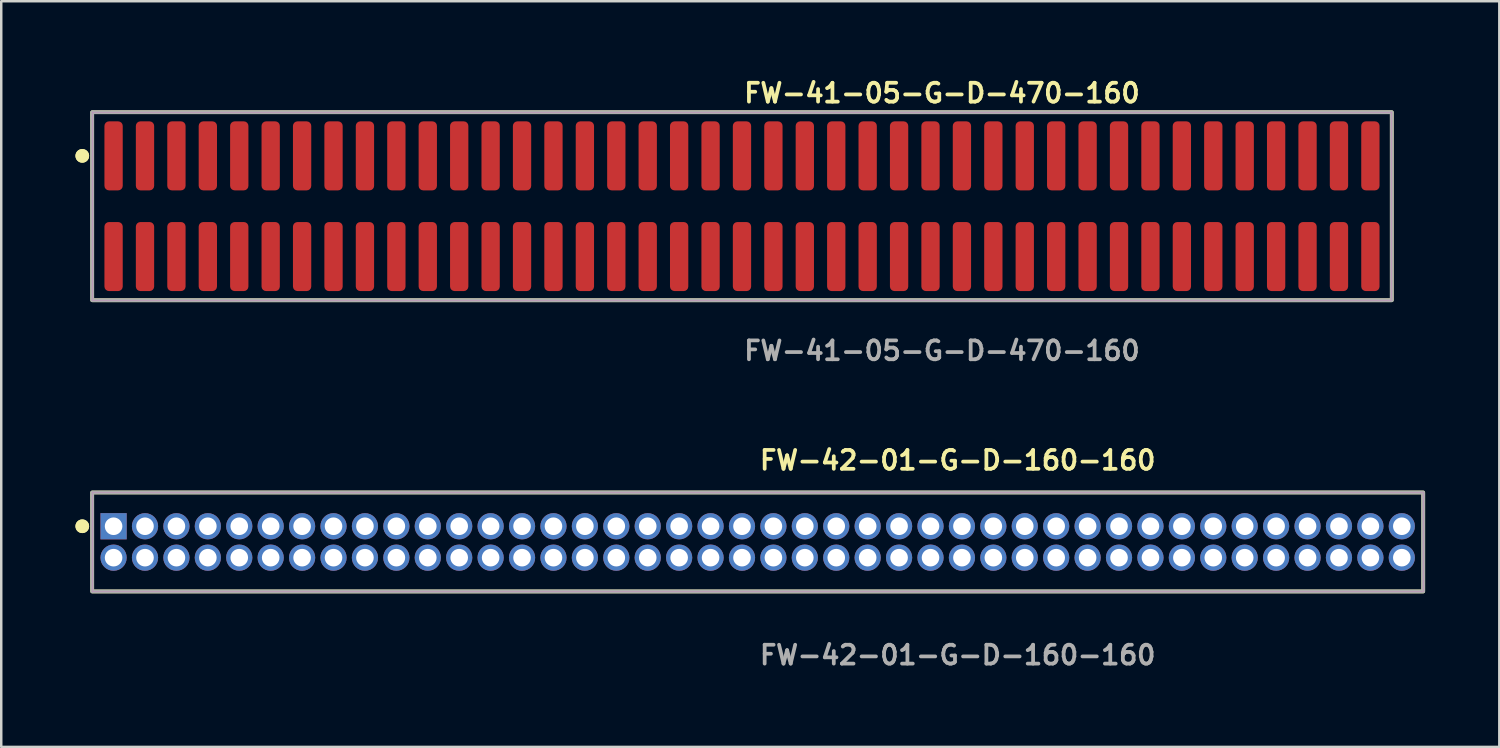
<source format=kicad_pcb>
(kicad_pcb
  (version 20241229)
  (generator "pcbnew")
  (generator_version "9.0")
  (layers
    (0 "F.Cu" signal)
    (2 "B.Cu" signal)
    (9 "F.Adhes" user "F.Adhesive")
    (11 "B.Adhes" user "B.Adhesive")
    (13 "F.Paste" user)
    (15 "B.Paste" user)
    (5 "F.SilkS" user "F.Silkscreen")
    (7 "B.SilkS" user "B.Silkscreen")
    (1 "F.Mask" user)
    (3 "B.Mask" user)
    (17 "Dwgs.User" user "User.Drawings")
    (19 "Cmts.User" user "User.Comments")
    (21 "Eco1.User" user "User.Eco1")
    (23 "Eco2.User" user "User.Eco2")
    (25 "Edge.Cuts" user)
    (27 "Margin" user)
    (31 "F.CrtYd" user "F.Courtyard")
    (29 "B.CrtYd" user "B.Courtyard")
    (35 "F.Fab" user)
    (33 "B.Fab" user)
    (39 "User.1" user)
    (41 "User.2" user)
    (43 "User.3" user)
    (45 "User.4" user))
  (footprint "FW-42-01-G-D-160-160"
    (layer "F.Cu")
    (at 27.576 18.856)
    (property "Reference" "FW-42-01-G-D-160-160" (at 0 -3.302 0) (unlocked yes) (layer "F.SilkS") (effects (font (size 0.762 0.762) (thickness 0.152)) (justify left)))
    (fp_rect (start -26.9 2) (end 26.9 -2) (stroke (width 0.152) (type solid)) (fill no) (layer "F.SilkS"))
    (fp_circle (center -27.3 -0.635) (end -27.5 -0.635) (stroke (width 0.152) (type solid)) (fill yes) (layer "F.SilkS"))
    (fp_circle (center -27.3 -0.635) (end -27.5 -0.635) (stroke (width 0.152) (type solid)) (fill yes) (layer "F.SilkS"))
    (fp_rect (start -26.9 2) (end 26.9 -2) (stroke (width 0.006) (type solid)) (fill no) (layer "F.CrtYd"))
    (fp_rect (start -26.9 2) (end 26.9 -2) (stroke (width 0.152) (type solid)) (fill no) (layer "F.Fab"))
    (fp_text user "${REFERENCE}" (at 0 4.572 0) (unlocked yes) (layer "F.Fab") (effects (font (size 0.762 0.762) (thickness 0.152)) (justify left)))
    (pad "1" thru_hole rect (at -26.035 -0.635) (size 1.06 1.06) (drill 0.71) (layers "*.Cu" "*.Mask"))
    (pad "2" thru_hole circle (at -26.035 0.635) (size 1.06 1.06) (drill 0.71) (layers "*.Cu" "*.Mask"))
    (pad "3" thru_hole circle (at -24.765 -0.635) (size 1.06 1.06) (drill 0.71) (layers "*.Cu" "*.Mask"))
    (pad "4" thru_hole circle (at -24.765 0.635) (size 1.06 1.06) (drill 0.71) (layers "*.Cu" "*.Mask"))
    (pad "5" thru_hole circle (at -23.495 -0.635) (size 1.06 1.06) (drill 0.71) (layers "*.Cu" "*.Mask"))
    (pad "6" thru_hole circle (at -23.495 0.635) (size 1.06 1.06) (drill 0.71) (layers "*.Cu" "*.Mask"))
    (pad "7" thru_hole circle (at -22.225 -0.635) (size 1.06 1.06) (drill 0.71) (layers "*.Cu" "*.Mask"))
    (pad "8" thru_hole circle (at -22.225 0.635) (size 1.06 1.06) (drill 0.71) (layers "*.Cu" "*.Mask"))
    (pad "9" thru_hole circle (at -20.955 -0.635) (size 1.06 1.06) (drill 0.71) (layers "*.Cu" "*.Mask"))
    (pad "10" thru_hole circle (at -20.955 0.635) (size 1.06 1.06) (drill 0.71) (layers "*.Cu" "*.Mask"))
    (pad "11" thru_hole circle (at -19.685 -0.635) (size 1.06 1.06) (drill 0.71) (layers "*.Cu" "*.Mask"))
    (pad "12" thru_hole circle (at -19.685 0.635) (size 1.06 1.06) (drill 0.71) (layers "*.Cu" "*.Mask"))
    (pad "13" thru_hole circle (at -18.415 -0.635) (size 1.06 1.06) (drill 0.71) (layers "*.Cu" "*.Mask"))
    (pad "14" thru_hole circle (at -18.415 0.635) (size 1.06 1.06) (drill 0.71) (layers "*.Cu" "*.Mask"))
    (pad "15" thru_hole circle (at -17.145 -0.635) (size 1.06 1.06) (drill 0.71) (layers "*.Cu" "*.Mask"))
    (pad "16" thru_hole circle (at -17.145 0.635) (size 1.06 1.06) (drill 0.71) (layers "*.Cu" "*.Mask"))
    (pad "17" thru_hole circle (at -15.875 -0.635) (size 1.06 1.06) (drill 0.71) (layers "*.Cu" "*.Mask"))
    (pad "18" thru_hole circle (at -15.875 0.635) (size 1.06 1.06) (drill 0.71) (layers "*.Cu" "*.Mask"))
    (pad "19" thru_hole circle (at -14.605 -0.635) (size 1.06 1.06) (drill 0.71) (layers "*.Cu" "*.Mask"))
    (pad "20" thru_hole circle (at -14.605 0.635) (size 1.06 1.06) (drill 0.71) (layers "*.Cu" "*.Mask"))
    (pad "21" thru_hole circle (at -13.335 -0.635) (size 1.06 1.06) (drill 0.71) (layers "*.Cu" "*.Mask"))
    (pad "22" thru_hole circle (at -13.335 0.635) (size 1.06 1.06) (drill 0.71) (layers "*.Cu" "*.Mask"))
    (pad "23" thru_hole circle (at -12.065 -0.635) (size 1.06 1.06) (drill 0.71) (layers "*.Cu" "*.Mask"))
    (pad "24" thru_hole circle (at -12.065 0.635) (size 1.06 1.06) (drill 0.71) (layers "*.Cu" "*.Mask"))
    (pad "25" thru_hole circle (at -10.795 -0.635) (size 1.06 1.06) (drill 0.71) (layers "*.Cu" "*.Mask"))
    (pad "26" thru_hole circle (at -10.795 0.635) (size 1.06 1.06) (drill 0.71) (layers "*.Cu" "*.Mask"))
    (pad "27" thru_hole circle (at -9.525 -0.635) (size 1.06 1.06) (drill 0.71) (layers "*.Cu" "*.Mask"))
    (pad "28" thru_hole circle (at -9.525 0.635) (size 1.06 1.06) (drill 0.71) (layers "*.Cu" "*.Mask"))
    (pad "29" thru_hole circle (at -8.255 -0.635) (size 1.06 1.06) (drill 0.71) (layers "*.Cu" "*.Mask"))
    (pad "30" thru_hole circle (at -8.255 0.635) (size 1.06 1.06) (drill 0.71) (layers "*.Cu" "*.Mask"))
    (pad "31" thru_hole circle (at -6.985 -0.635) (size 1.06 1.06) (drill 0.71) (layers "*.Cu" "*.Mask"))
    (pad "32" thru_hole circle (at -6.985 0.635) (size 1.06 1.06) (drill 0.71) (layers "*.Cu" "*.Mask"))
    (pad "33" thru_hole circle (at -5.715 -0.635) (size 1.06 1.06) (drill 0.71) (layers "*.Cu" "*.Mask"))
    (pad "34" thru_hole circle (at -5.715 0.635) (size 1.06 1.06) (drill 0.71) (layers "*.Cu" "*.Mask"))
    (pad "35" thru_hole circle (at -4.445 -0.635) (size 1.06 1.06) (drill 0.71) (layers "*.Cu" "*.Mask"))
    (pad "36" thru_hole circle (at -4.445 0.635) (size 1.06 1.06) (drill 0.71) (layers "*.Cu" "*.Mask"))
    (pad "37" thru_hole circle (at -3.175 -0.635) (size 1.06 1.06) (drill 0.71) (layers "*.Cu" "*.Mask"))
    (pad "38" thru_hole circle (at -3.175 0.635) (size 1.06 1.06) (drill 0.71) (layers "*.Cu" "*.Mask"))
    (pad "39" thru_hole circle (at -1.905 -0.635) (size 1.06 1.06) (drill 0.71) (layers "*.Cu" "*.Mask"))
    (pad "40" thru_hole circle (at -1.905 0.635) (size 1.06 1.06) (drill 0.71) (layers "*.Cu" "*.Mask"))
    (pad "41" thru_hole circle (at -0.635 -0.635) (size 1.06 1.06) (drill 0.71) (layers "*.Cu" "*.Mask"))
    (pad "42" thru_hole circle (at -0.635 0.635) (size 1.06 1.06) (drill 0.71) (layers "*.Cu" "*.Mask"))
    (pad "43" thru_hole circle (at 0.635 -0.635) (size 1.06 1.06) (drill 0.71) (layers "*.Cu" "*.Mask"))
    (pad "44" thru_hole circle (at 0.635 0.635) (size 1.06 1.06) (drill 0.71) (layers "*.Cu" "*.Mask"))
    (pad "45" thru_hole circle (at 1.905 -0.635) (size 1.06 1.06) (drill 0.71) (layers "*.Cu" "*.Mask"))
    (pad "46" thru_hole circle (at 1.905 0.635) (size 1.06 1.06) (drill 0.71) (layers "*.Cu" "*.Mask"))
    (pad "47" thru_hole circle (at 3.175 -0.635) (size 1.06 1.06) (drill 0.71) (layers "*.Cu" "*.Mask"))
    (pad "48" thru_hole circle (at 3.175 0.635) (size 1.06 1.06) (drill 0.71) (layers "*.Cu" "*.Mask"))
    (pad "49" thru_hole circle (at 4.445 -0.635) (size 1.06 1.06) (drill 0.71) (layers "*.Cu" "*.Mask"))
    (pad "50" thru_hole circle (at 4.445 0.635) (size 1.06 1.06) (drill 0.71) (layers "*.Cu" "*.Mask"))
    (pad "51" thru_hole circle (at 5.715 -0.635) (size 1.06 1.06) (drill 0.71) (layers "*.Cu" "*.Mask"))
    (pad "52" thru_hole circle (at 5.715 0.635) (size 1.06 1.06) (drill 0.71) (layers "*.Cu" "*.Mask"))
    (pad "53" thru_hole circle (at 6.985 -0.635) (size 1.06 1.06) (drill 0.71) (layers "*.Cu" "*.Mask"))
    (pad "54" thru_hole circle (at 6.985 0.635) (size 1.06 1.06) (drill 0.71) (layers "*.Cu" "*.Mask"))
    (pad "55" thru_hole circle (at 8.255 -0.635) (size 1.06 1.06) (drill 0.71) (layers "*.Cu" "*.Mask"))
    (pad "56" thru_hole circle (at 8.255 0.635) (size 1.06 1.06) (drill 0.71) (layers "*.Cu" "*.Mask"))
    (pad "57" thru_hole circle (at 9.525 -0.635) (size 1.06 1.06) (drill 0.71) (layers "*.Cu" "*.Mask"))
    (pad "58" thru_hole circle (at 9.525 0.635) (size 1.06 1.06) (drill 0.71) (layers "*.Cu" "*.Mask"))
    (pad "59" thru_hole circle (at 10.795 -0.635) (size 1.06 1.06) (drill 0.71) (layers "*.Cu" "*.Mask"))
    (pad "60" thru_hole circle (at 10.795 0.635) (size 1.06 1.06) (drill 0.71) (layers "*.Cu" "*.Mask"))
    (pad "61" thru_hole circle (at 12.065 -0.635) (size 1.06 1.06) (drill 0.71) (layers "*.Cu" "*.Mask"))
    (pad "62" thru_hole circle (at 12.065 0.635) (size 1.06 1.06) (drill 0.71) (layers "*.Cu" "*.Mask"))
    (pad "63" thru_hole circle (at 13.335 -0.635) (size 1.06 1.06) (drill 0.71) (layers "*.Cu" "*.Mask"))
    (pad "64" thru_hole circle (at 13.335 0.635) (size 1.06 1.06) (drill 0.71) (layers "*.Cu" "*.Mask"))
    (pad "65" thru_hole circle (at 14.605 -0.635) (size 1.06 1.06) (drill 0.71) (layers "*.Cu" "*.Mask"))
    (pad "66" thru_hole circle (at 14.605 0.635) (size 1.06 1.06) (drill 0.71) (layers "*.Cu" "*.Mask"))
    (pad "67" thru_hole circle (at 15.875 -0.635) (size 1.06 1.06) (drill 0.71) (layers "*.Cu" "*.Mask"))
    (pad "68" thru_hole circle (at 15.875 0.635) (size 1.06 1.06) (drill 0.71) (layers "*.Cu" "*.Mask"))
    (pad "69" thru_hole circle (at 17.145 -0.635) (size 1.06 1.06) (drill 0.71) (layers "*.Cu" "*.Mask"))
    (pad "70" thru_hole circle (at 17.145 0.635) (size 1.06 1.06) (drill 0.71) (layers "*.Cu" "*.Mask"))
    (pad "71" thru_hole circle (at 18.415 -0.635) (size 1.06 1.06) (drill 0.71) (layers "*.Cu" "*.Mask"))
    (pad "72" thru_hole circle (at 18.415 0.635) (size 1.06 1.06) (drill 0.71) (layers "*.Cu" "*.Mask"))
    (pad "73" thru_hole circle (at 19.685 -0.635) (size 1.06 1.06) (drill 0.71) (layers "*.Cu" "*.Mask"))
    (pad "74" thru_hole circle (at 19.685 0.635) (size 1.06 1.06) (drill 0.71) (layers "*.Cu" "*.Mask"))
    (pad "75" thru_hole circle (at 20.955 -0.635) (size 1.06 1.06) (drill 0.71) (layers "*.Cu" "*.Mask"))
    (pad "76" thru_hole circle (at 20.955 0.635) (size 1.06 1.06) (drill 0.71) (layers "*.Cu" "*.Mask"))
    (pad "77" thru_hole circle (at 22.225 -0.635) (size 1.06 1.06) (drill 0.71) (layers "*.Cu" "*.Mask"))
    (pad "78" thru_hole circle (at 22.225 0.635) (size 1.06 1.06) (drill 0.71) (layers "*.Cu" "*.Mask"))
    (pad "79" thru_hole circle (at 23.495 -0.635) (size 1.06 1.06) (drill 0.71) (layers "*.Cu" "*.Mask"))
    (pad "80" thru_hole circle (at 23.495 0.635) (size 1.06 1.06) (drill 0.71) (layers "*.Cu" "*.Mask"))
    (pad "81" thru_hole circle (at 24.765 -0.635) (size 1.06 1.06) (drill 0.71) (layers "*.Cu" "*.Mask"))
    (pad "82" thru_hole circle (at 24.765 0.635) (size 1.06 1.06) (drill 0.71) (layers "*.Cu" "*.Mask"))
    (pad "83" thru_hole circle (at 26.035 -0.635) (size 1.06 1.06) (drill 0.71) (layers "*.Cu" "*.Mask"))
    (pad "84" thru_hole circle (at 26.035 0.635) (size 1.06 1.06) (drill 0.71) (layers "*.Cu" "*.Mask")))
  (footprint "FW-41-05-G-D-470-160"
    (layer "F.Cu")
    (at 26.941 5.285)
    (property "Reference" "FW-41-05-G-D-470-160" (at 0 -4.572 0) (unlocked yes) (layer "F.SilkS") (effects (font (size 0.762 0.762) (thickness 0.152)) (justify left)))
    (fp_rect (start -26.265 3.8) (end 26.265 -3.8) (stroke (width 0.152) (type solid)) (fill no) (layer "F.SilkS"))
    (fp_circle (center -26.665 -2.035) (end -26.865 -2.035) (stroke (width 0.152) (type solid)) (fill yes) (layer "F.SilkS"))
    (fp_circle (center -26.665 -2.035) (end -26.865 -2.035) (stroke (width 0.152) (type solid)) (fill yes) (layer "F.SilkS"))
    (fp_rect (start -26.265 3.8) (end 26.265 -3.8) (stroke (width 0.006) (type solid)) (fill no) (layer "F.CrtYd"))
    (fp_rect (start -26.265 3.8) (end 26.265 -3.8) (stroke (width 0.152) (type solid)) (fill no) (layer "F.Fab"))
    (fp_text user "${REFERENCE}" (at 0 5.842 0) (unlocked yes) (layer "F.Fab") (effects (font (size 0.762 0.762) (thickness 0.152)) (justify left)))
    (pad "1" smd roundrect (at -25.4 -2.035) (size 0.74 2.79) (layers "F.Cu" "F.Paste") (roundrect_rratio 0.25))
    (pad "2" smd roundrect (at -25.4 2.035) (size 0.74 2.79) (layers "F.Cu" "F.Paste") (roundrect_rratio 0.25))
    (pad "3" smd roundrect (at -24.13 -2.035) (size 0.74 2.79) (layers "F.Cu" "F.Paste") (roundrect_rratio 0.25))
    (pad "4" smd roundrect (at -24.13 2.035) (size 0.74 2.79) (layers "F.Cu" "F.Paste") (roundrect_rratio 0.25))
    (pad "5" smd roundrect (at -22.86 -2.035) (size 0.74 2.79) (layers "F.Cu" "F.Paste") (roundrect_rratio 0.25))
    (pad "6" smd roundrect (at -22.86 2.035) (size 0.74 2.79) (layers "F.Cu" "F.Paste") (roundrect_rratio 0.25))
    (pad "7" smd roundrect (at -21.59 -2.035) (size 0.74 2.79) (layers "F.Cu" "F.Paste") (roundrect_rratio 0.25))
    (pad "8" smd roundrect (at -21.59 2.035) (size 0.74 2.79) (layers "F.Cu" "F.Paste") (roundrect_rratio 0.25))
    (pad "9" smd roundrect (at -20.32 -2.035) (size 0.74 2.79) (layers "F.Cu" "F.Paste") (roundrect_rratio 0.25))
    (pad "10" smd roundrect (at -20.32 2.035) (size 0.74 2.79) (layers "F.Cu" "F.Paste") (roundrect_rratio 0.25))
    (pad "11" smd roundrect (at -19.05 -2.035) (size 0.74 2.79) (layers "F.Cu" "F.Paste") (roundrect_rratio 0.25))
    (pad "12" smd roundrect (at -19.05 2.035) (size 0.74 2.79) (layers "F.Cu" "F.Paste") (roundrect_rratio 0.25))
    (pad "13" smd roundrect (at -17.78 -2.035) (size 0.74 2.79) (layers "F.Cu" "F.Paste") (roundrect_rratio 0.25))
    (pad "14" smd roundrect (at -17.78 2.035) (size 0.74 2.79) (layers "F.Cu" "F.Paste") (roundrect_rratio 0.25))
    (pad "15" smd roundrect (at -16.51 -2.035) (size 0.74 2.79) (layers "F.Cu" "F.Paste") (roundrect_rratio 0.25))
    (pad "16" smd roundrect (at -16.51 2.035) (size 0.74 2.79) (layers "F.Cu" "F.Paste") (roundrect_rratio 0.25))
    (pad "17" smd roundrect (at -15.24 -2.035) (size 0.74 2.79) (layers "F.Cu" "F.Paste") (roundrect_rratio 0.25))
    (pad "18" smd roundrect (at -15.24 2.035) (size 0.74 2.79) (layers "F.Cu" "F.Paste") (roundrect_rratio 0.25))
    (pad "19" smd roundrect (at -13.97 -2.035) (size 0.74 2.79) (layers "F.Cu" "F.Paste") (roundrect_rratio 0.25))
    (pad "20" smd roundrect (at -13.97 2.035) (size 0.74 2.79) (layers "F.Cu" "F.Paste") (roundrect_rratio 0.25))
    (pad "21" smd roundrect (at -12.7 -2.035) (size 0.74 2.79) (layers "F.Cu" "F.Paste") (roundrect_rratio 0.25))
    (pad "22" smd roundrect (at -12.7 2.035) (size 0.74 2.79) (layers "F.Cu" "F.Paste") (roundrect_rratio 0.25))
    (pad "23" smd roundrect (at -11.43 -2.035) (size 0.74 2.79) (layers "F.Cu" "F.Paste") (roundrect_rratio 0.25))
    (pad "24" smd roundrect (at -11.43 2.035) (size 0.74 2.79) (layers "F.Cu" "F.Paste") (roundrect_rratio 0.25))
    (pad "25" smd roundrect (at -10.16 -2.035) (size 0.74 2.79) (layers "F.Cu" "F.Paste") (roundrect_rratio 0.25))
    (pad "26" smd roundrect (at -10.16 2.035) (size 0.74 2.79) (layers "F.Cu" "F.Paste") (roundrect_rratio 0.25))
    (pad "27" smd roundrect (at -8.89 -2.035) (size 0.74 2.79) (layers "F.Cu" "F.Paste") (roundrect_rratio 0.25))
    (pad "28" smd roundrect (at -8.89 2.035) (size 0.74 2.79) (layers "F.Cu" "F.Paste") (roundrect_rratio 0.25))
    (pad "29" smd roundrect (at -7.62 -2.035) (size 0.74 2.79) (layers "F.Cu" "F.Paste") (roundrect_rratio 0.25))
    (pad "30" smd roundrect (at -7.62 2.035) (size 0.74 2.79) (layers "F.Cu" "F.Paste") (roundrect_rratio 0.25))
    (pad "31" smd roundrect (at -6.35 -2.035) (size 0.74 2.79) (layers "F.Cu" "F.Paste") (roundrect_rratio 0.25))
    (pad "32" smd roundrect (at -6.35 2.035) (size 0.74 2.79) (layers "F.Cu" "F.Paste") (roundrect_rratio 0.25))
    (pad "33" smd roundrect (at -5.08 -2.035) (size 0.74 2.79) (layers "F.Cu" "F.Paste") (roundrect_rratio 0.25))
    (pad "34" smd roundrect (at -5.08 2.035) (size 0.74 2.79) (layers "F.Cu" "F.Paste") (roundrect_rratio 0.25))
    (pad "35" smd roundrect (at -3.81 -2.035) (size 0.74 2.79) (layers "F.Cu" "F.Paste") (roundrect_rratio 0.25))
    (pad "36" smd roundrect (at -3.81 2.035) (size 0.74 2.79) (layers "F.Cu" "F.Paste") (roundrect_rratio 0.25))
    (pad "37" smd roundrect (at -2.54 -2.035) (size 0.74 2.79) (layers "F.Cu" "F.Paste") (roundrect_rratio 0.25))
    (pad "38" smd roundrect (at -2.54 2.035) (size 0.74 2.79) (layers "F.Cu" "F.Paste") (roundrect_rratio 0.25))
    (pad "39" smd roundrect (at -1.27 -2.035) (size 0.74 2.79) (layers "F.Cu" "F.Paste") (roundrect_rratio 0.25))
    (pad "40" smd roundrect (at -1.27 2.035) (size 0.74 2.79) (layers "F.Cu" "F.Paste") (roundrect_rratio 0.25))
    (pad "41" smd roundrect (at 0 -2.035) (size 0.74 2.79) (layers "F.Cu" "F.Paste") (roundrect_rratio 0.25))
    (pad "42" smd roundrect (at 0 2.035) (size 0.74 2.79) (layers "F.Cu" "F.Paste") (roundrect_rratio 0.25))
    (pad "43" smd roundrect (at 1.27 -2.035) (size 0.74 2.79) (layers "F.Cu" "F.Paste") (roundrect_rratio 0.25))
    (pad "44" smd roundrect (at 1.27 2.035) (size 0.74 2.79) (layers "F.Cu" "F.Paste") (roundrect_rratio 0.25))
    (pad "45" smd roundrect (at 2.54 -2.035) (size 0.74 2.79) (layers "F.Cu" "F.Paste") (roundrect_rratio 0.25))
    (pad "46" smd roundrect (at 2.54 2.035) (size 0.74 2.79) (layers "F.Cu" "F.Paste") (roundrect_rratio 0.25))
    (pad "47" smd roundrect (at 3.81 -2.035) (size 0.74 2.79) (layers "F.Cu" "F.Paste") (roundrect_rratio 0.25))
    (pad "48" smd roundrect (at 3.81 2.035) (size 0.74 2.79) (layers "F.Cu" "F.Paste") (roundrect_rratio 0.25))
    (pad "49" smd roundrect (at 5.08 -2.035) (size 0.74 2.79) (layers "F.Cu" "F.Paste") (roundrect_rratio 0.25))
    (pad "50" smd roundrect (at 5.08 2.035) (size 0.74 2.79) (layers "F.Cu" "F.Paste") (roundrect_rratio 0.25))
    (pad "51" smd roundrect (at 6.35 -2.035) (size 0.74 2.79) (layers "F.Cu" "F.Paste") (roundrect_rratio 0.25))
    (pad "52" smd roundrect (at 6.35 2.035) (size 0.74 2.79) (layers "F.Cu" "F.Paste") (roundrect_rratio 0.25))
    (pad "53" smd roundrect (at 7.62 -2.035) (size 0.74 2.79) (layers "F.Cu" "F.Paste") (roundrect_rratio 0.25))
    (pad "54" smd roundrect (at 7.62 2.035) (size 0.74 2.79) (layers "F.Cu" "F.Paste") (roundrect_rratio 0.25))
    (pad "55" smd roundrect (at 8.89 -2.035) (size 0.74 2.79) (layers "F.Cu" "F.Paste") (roundrect_rratio 0.25))
    (pad "56" smd roundrect (at 8.89 2.035) (size 0.74 2.79) (layers "F.Cu" "F.Paste") (roundrect_rratio 0.25))
    (pad "57" smd roundrect (at 10.16 -2.035) (size 0.74 2.79) (layers "F.Cu" "F.Paste") (roundrect_rratio 0.25))
    (pad "58" smd roundrect (at 10.16 2.035) (size 0.74 2.79) (layers "F.Cu" "F.Paste") (roundrect_rratio 0.25))
    (pad "59" smd roundrect (at 11.43 -2.035) (size 0.74 2.79) (layers "F.Cu" "F.Paste") (roundrect_rratio 0.25))
    (pad "60" smd roundrect (at 11.43 2.035) (size 0.74 2.79) (layers "F.Cu" "F.Paste") (roundrect_rratio 0.25))
    (pad "61" smd roundrect (at 12.7 -2.035) (size 0.74 2.79) (layers "F.Cu" "F.Paste") (roundrect_rratio 0.25))
    (pad "62" smd roundrect (at 12.7 2.035) (size 0.74 2.79) (layers "F.Cu" "F.Paste") (roundrect_rratio 0.25))
    (pad "63" smd roundrect (at 13.97 -2.035) (size 0.74 2.79) (layers "F.Cu" "F.Paste") (roundrect_rratio 0.25))
    (pad "64" smd roundrect (at 13.97 2.035) (size 0.74 2.79) (layers "F.Cu" "F.Paste") (roundrect_rratio 0.25))
    (pad "65" smd roundrect (at 15.24 -2.035) (size 0.74 2.79) (layers "F.Cu" "F.Paste") (roundrect_rratio 0.25))
    (pad "66" smd roundrect (at 15.24 2.035) (size 0.74 2.79) (layers "F.Cu" "F.Paste") (roundrect_rratio 0.25))
    (pad "67" smd roundrect (at 16.51 -2.035) (size 0.74 2.79) (layers "F.Cu" "F.Paste") (roundrect_rratio 0.25))
    (pad "68" smd roundrect (at 16.51 2.035) (size 0.74 2.79) (layers "F.Cu" "F.Paste") (roundrect_rratio 0.25))
    (pad "69" smd roundrect (at 17.78 -2.035) (size 0.74 2.79) (layers "F.Cu" "F.Paste") (roundrect_rratio 0.25))
    (pad "70" smd roundrect (at 17.78 2.035) (size 0.74 2.79) (layers "F.Cu" "F.Paste") (roundrect_rratio 0.25))
    (pad "71" smd roundrect (at 19.05 -2.035) (size 0.74 2.79) (layers "F.Cu" "F.Paste") (roundrect_rratio 0.25))
    (pad "72" smd roundrect (at 19.05 2.035) (size 0.74 2.79) (layers "F.Cu" "F.Paste") (roundrect_rratio 0.25))
    (pad "73" smd roundrect (at 20.32 -2.035) (size 0.74 2.79) (layers "F.Cu" "F.Paste") (roundrect_rratio 0.25))
    (pad "74" smd roundrect (at 20.32 2.035) (size 0.74 2.79) (layers "F.Cu" "F.Paste") (roundrect_rratio 0.25))
    (pad "75" smd roundrect (at 21.59 -2.035) (size 0.74 2.79) (layers "F.Cu" "F.Paste") (roundrect_rratio 0.25))
    (pad "76" smd roundrect (at 21.59 2.035) (size 0.74 2.79) (layers "F.Cu" "F.Paste") (roundrect_rratio 0.25))
    (pad "77" smd roundrect (at 22.86 -2.035) (size 0.74 2.79) (layers "F.Cu" "F.Paste") (roundrect_rratio 0.25))
    (pad "78" smd roundrect (at 22.86 2.035) (size 0.74 2.79) (layers "F.Cu" "F.Paste") (roundrect_rratio 0.25))
    (pad "79" smd roundrect (at 24.13 -2.035) (size 0.74 2.79) (layers "F.Cu" "F.Paste") (roundrect_rratio 0.25))
    (pad "80" smd roundrect (at 24.13 2.035) (size 0.74 2.79) (layers "F.Cu" "F.Paste") (roundrect_rratio 0.25))
    (pad "81" smd roundrect (at 25.4 -2.035) (size 0.74 2.79) (layers "F.Cu" "F.Paste") (roundrect_rratio 0.25))
    (pad "82" smd roundrect (at 25.4 2.035) (size 0.74 2.79) (layers "F.Cu" "F.Paste") (roundrect_rratio 0.25)))
  (gr_rect
    (start -3 -3)
    (end 57.552 27.141)
    (stroke (width 0.1) (type default))
    (fill no)
    (layer "Edge.Cuts")))
</source>
